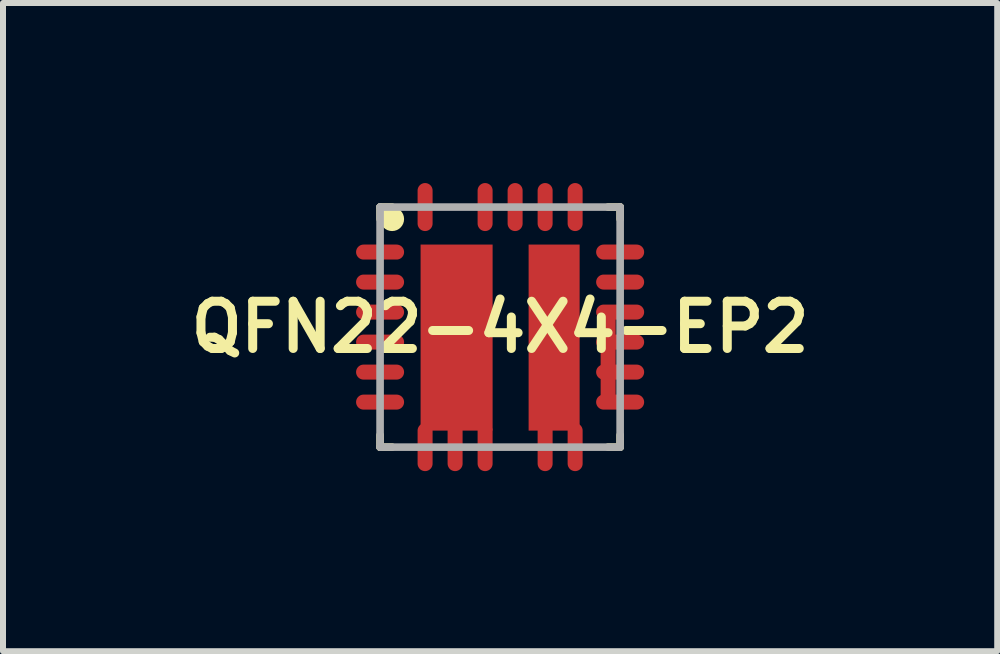
<source format=kicad_pcb>
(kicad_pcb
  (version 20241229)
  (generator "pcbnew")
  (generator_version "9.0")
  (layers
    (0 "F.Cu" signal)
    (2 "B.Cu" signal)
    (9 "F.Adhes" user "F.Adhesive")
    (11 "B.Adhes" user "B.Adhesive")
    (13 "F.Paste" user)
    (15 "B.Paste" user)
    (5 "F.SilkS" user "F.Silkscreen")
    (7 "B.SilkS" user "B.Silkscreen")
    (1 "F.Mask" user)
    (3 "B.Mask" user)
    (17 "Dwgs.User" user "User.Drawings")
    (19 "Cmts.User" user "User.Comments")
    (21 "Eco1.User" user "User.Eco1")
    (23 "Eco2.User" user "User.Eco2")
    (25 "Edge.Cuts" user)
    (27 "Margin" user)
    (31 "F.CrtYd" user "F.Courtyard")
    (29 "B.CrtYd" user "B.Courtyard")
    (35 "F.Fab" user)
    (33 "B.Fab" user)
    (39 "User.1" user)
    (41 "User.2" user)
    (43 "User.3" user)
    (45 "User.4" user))
  (footprint "QFN22-4X4-EP2"
    (layer "F.Cu")
    (at 5.283 2.4)
    (property "Reference" "QFN22-4X4-EP2" (at 0 0 0) (layer "F.SilkS") (effects (font (size 0.787 0.787) (thickness 0.15))))
    (attr smd)
    (fp_line (start -2 -2) (end -1.8 -2) (stroke (width 0.127) (type solid)) (layer "F.SilkS"))
    (fp_line (start -2 -1.8) (end -2 -2) (stroke (width 0.127) (type solid)) (layer "F.SilkS"))
    (fp_line (start -2 2) (end -2 1.8) (stroke (width 0.127) (type solid)) (layer "F.SilkS"))
    (fp_line (start -2 2) (end -1.8 2) (stroke (width 0.127) (type solid)) (layer "F.SilkS"))
    (fp_line (start 1.8 -2) (end 2 -2) (stroke (width 0.127) (type solid)) (layer "F.SilkS"))
    (fp_line (start 1.8 2) (end 2 2) (stroke (width 0.127) (type solid)) (layer "F.SilkS"))
    (fp_line (start 2 -2) (end 2 -1.8) (stroke (width 0.127) (type solid)) (layer "F.SilkS"))
    (fp_line (start 2 2) (end 2 1.8) (stroke (width 0.127) (type solid)) (layer "F.SilkS"))
    (fp_circle (center -1.8 -1.8) (end -1.7 -1.8) (stroke (width 0.2) (type solid)) (fill no) (layer "F.SilkS"))
    (fp_circle (center -1 -1) (end -0.9 -1) (stroke (width 0.3) (type solid)) (fill no) (layer "F.Paste"))
    (fp_circle (center -1 -0.3) (end -0.9 -0.3) (stroke (width 0.3) (type solid)) (fill no) (layer "F.Paste"))
    (fp_circle (center -1 0.4) (end -0.9 0.4) (stroke (width 0.3) (type solid)) (fill no) (layer "F.Paste"))
    (fp_circle (center -1 1.1) (end -0.9 1.1) (stroke (width 0.3) (type solid)) (fill no) (layer "F.Paste"))
    (fp_circle (center -0.4 -0.6) (end -0.3 -0.6) (stroke (width 0.3) (type solid)) (fill no) (layer "F.Paste"))
    (fp_circle (center -0.4 0.1) (end -0.3 0.1) (stroke (width 0.3) (type solid)) (fill no) (layer "F.Paste"))
    (fp_circle (center -0.4 0.8) (end -0.3 0.8) (stroke (width 0.3) (type solid)) (fill no) (layer "F.Paste"))
    (fp_circle (center 0.8 -1) (end 0.9 -1) (stroke (width 0.4) (type solid)) (fill no) (layer "F.Paste"))
    (fp_circle (center 0.8 0.4) (end 0.9 0.4) (stroke (width 0.4) (type solid)) (fill no) (layer "F.Paste"))
    (fp_circle (center 1 -0.3) (end 1.1 -0.3) (stroke (width 0.4) (type solid)) (fill no) (layer "F.Paste"))
    (fp_circle (center 1 1.1) (end 1.1 1.1) (stroke (width 0.4) (type solid)) (fill no) (layer "F.Paste"))
    (fp_line (start -2 -2) (end 2 -2) (stroke (width 0.127) (type solid)) (layer "F.Fab"))
    (fp_line (start -2 2) (end -2 -2) (stroke (width 0.127) (type solid)) (layer "F.Fab"))
    (fp_line (start 2 -2) (end 2 2) (stroke (width 0.127) (type solid)) (layer "F.Fab"))
    (fp_line (start 2 2) (end -2 2) (stroke (width 0.127) (type solid)) (layer "F.Fab"))
    (pad "1" smd oval (at -2 -1.25) (size 0.8 0.25) (layers "F.Cu" "F.Mask" "F.Paste"))
    (pad "2" smd oval (at -2 -0.75) (size 0.8 0.25) (layers "F.Cu" "F.Mask" "F.Paste"))
    (pad "3" smd oval (at -2 -0.25) (size 0.8 0.25) (layers "F.Cu" "F.Mask" "F.Paste"))
    (pad "4" smd oval (at -2 0.25) (size 0.8 0.25) (layers "F.Cu" "F.Mask" "F.Paste"))
    (pad "5" smd oval (at -2 0.75) (size 0.8 0.25) (layers "F.Cu" "F.Mask" "F.Paste"))
    (pad "6" smd oval (at -2 1.25) (size 0.8 0.25) (layers "F.Cu" "F.Mask" "F.Paste"))
    (pad "7" smd oval (at -1.25 2) (size 0.25 0.8) (layers "F.Cu" "F.Mask" "F.Paste"))
    (pad "8" smd oval (at -0.75 2) (size 0.25 0.8) (layers "F.Cu" "F.Mask" "F.Paste"))
    (pad "9" smd oval (at -0.25 2) (size 0.25 0.8) (layers "F.Cu" "F.Mask" "F.Paste"))
    (pad "10" smd oval (at 0.75 2) (size 0.25 0.8) (layers "F.Cu" "F.Mask" "F.Paste"))
    (pad "11" smd oval (at 1.25 2) (size 0.25 0.8) (layers "F.Cu" "F.Mask" "F.Paste"))
    (pad "12" smd oval (at 2 1.25) (size 0.8 0.25) (layers "F.Cu" "F.Mask" "F.Paste"))
    (pad "13" smd oval (at 2 0.75) (size 0.8 0.25) (layers "F.Cu" "F.Mask" "F.Paste"))
    (pad "14" smd oval (at 2 0.25) (size 0.8 0.25) (layers "F.Cu" "F.Mask" "F.Paste"))
    (pad "15" smd oval (at 2 -0.25) (size 0.8 0.25) (layers "F.Cu" "F.Mask" "F.Paste"))
    (pad "16" smd oval (at 2 -0.75) (size 0.8 0.25) (layers "F.Cu" "F.Mask" "F.Paste"))
    (pad "17" smd oval (at 2 -1.25) (size 0.8 0.25) (layers "F.Cu" "F.Mask" "F.Paste"))
    (pad "18" smd oval (at 1.25 -2) (size 0.25 0.8) (layers "F.Cu" "F.Mask" "F.Paste"))
    (pad "19" smd oval (at 0.75 -2) (size 0.25 0.8) (layers "F.Cu" "F.Mask" "F.Paste"))
    (pad "20" smd oval (at 0.25 -2) (size 0.25 0.8) (layers "F.Cu" "F.Mask" "F.Paste"))
    (pad "21" smd oval (at -0.25 -2) (size 0.25 0.8) (layers "F.Cu" "F.Mask" "F.Paste"))
    (pad "22" smd oval (at -1.25 -2) (size 0.25 0.8) (layers "F.Cu" "F.Mask" "F.Paste"))
    (pad "IN" smd rect (at -0.725 0.175) (size 1.2 3.1) (layers "F.Cu" "F.Mask"))
    (pad "LX" smd rect (at 0.9 0.175) (size 0.85 3.1) (layers "F.Cu" "F.Mask"))
    (pad "PGND" smd oval (at 1.8 0.5) (size 0.25 1.7) (layers "F.Cu" "F.Mask" "F.Paste")))
  (gr_rect
    (start -3 -3)
    (end 13.566 7.8)
    (stroke (width 0.1) (type default))
    (fill no)
    (layer "Edge.Cuts")))
</source>
